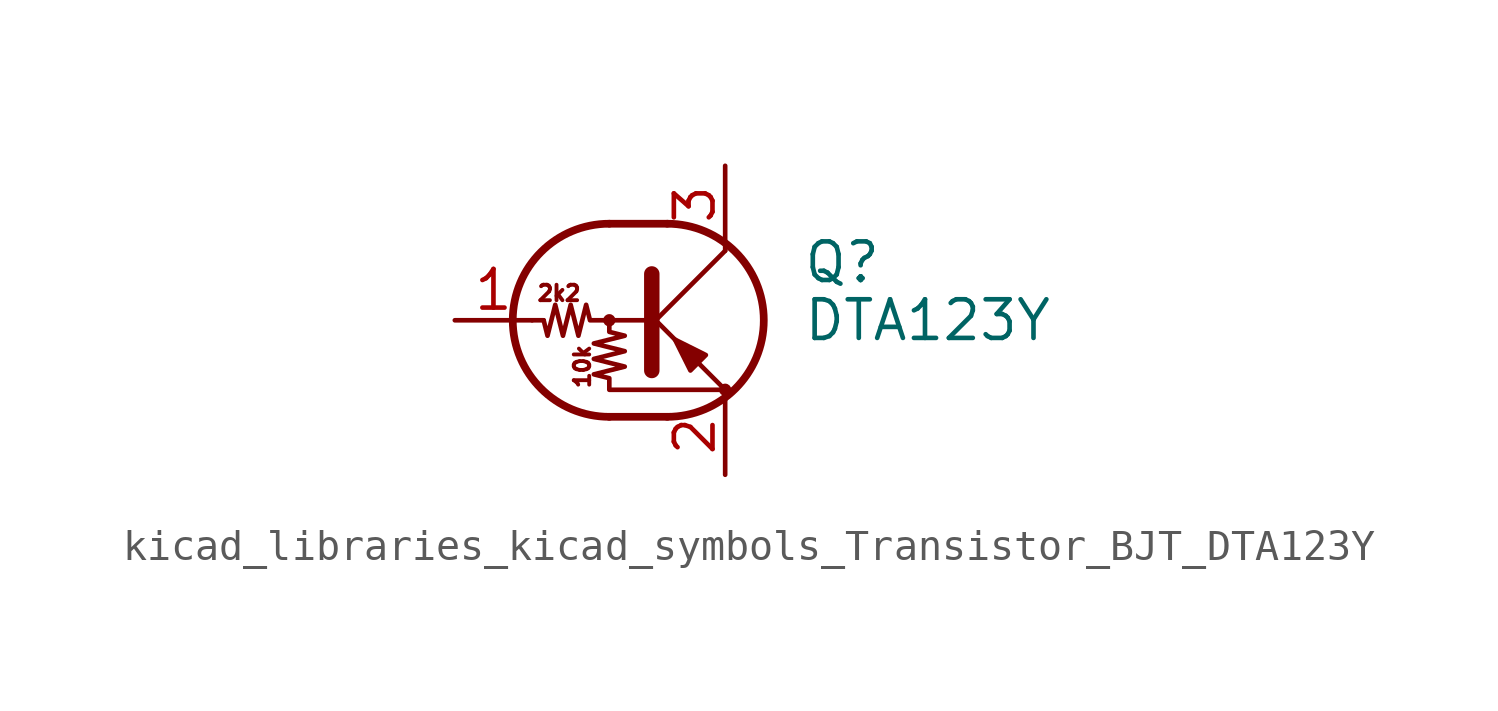
<source format=kicad_sym>
(kicad_symbol_lib
  (version 20220914)
  (generator kicad_symbol_editor)
  (symbol "kicad_libraries_kicad_symbols_Transistor_BJT_DTA123Y"
    (pin_names
      (offset 0) hide)
    (property "Reference" "Q"
      (at 5.08 1.905 0)
      (effects (font (size 1.27 1.27)) (justify left)))
    (property "Value" "DTA123Y"
      (at 5.08 0 0)
      (effects (font (size 1.27 1.27)) (justify left)))
    (symbol "kicad_libraries_kicad_symbols_Transistor_BJT_DTA123Y_0_0"
      (text "10k" (at -2.159 -1.524 900) (effects (font (size 0.508 0.508))))
      (text "2k2" (at -2.921 0.889 0) (effects (font (size 0.508 0.508)))))
    (symbol "kicad_libraries_kicad_symbols_Transistor_BJT_DTA123Y_0_1"
      (circle (center -1.27 0) (radius 0.127) (stroke (width 0) (type default)) (fill (type none)))
      (arc (start -1.27 3.175) (mid -4.4312 0) (end -1.27 -3.175) (stroke (width 0.254) (type default)) (fill (type none)))
      (polyline (pts (xy -3.429 0) (xy -3.81 0)) (stroke (width 0) (type default)) (fill (type none)))
      (polyline (pts (xy -1.27 -3.175) (xy 0.635 -3.175)) (stroke (width 0.254) (type default)) (fill (type none)))
      (polyline (pts (xy -1.27 3.175) (xy 0.635 3.175)) (stroke (width 0.254) (type default)) (fill (type none)))
      (polyline (pts (xy 0 -0.254) (xy 2.54 2.286)) (stroke (width 0) (type default)) (fill (type none)))
      (polyline (pts (xy 0.127 1.524) (xy 0.127 -1.651)) (stroke (width 0.508) (type default)) (fill (type outline)))
      (polyline (pts (xy 2.54 2.286) (xy 2.54 2.54)) (stroke (width 0) (type default)) (fill (type none)))
      (polyline (pts (xy 2.54 -2.286) (xy 0 0.254) (xy 0 0.254)) (stroke (width 0) (type default)) (fill (type none)))
      (polyline (pts (xy 1.397 -1.651) (xy 1.905 -1.143) (xy 0.889 -0.635) (xy 1.397 -1.651)) (stroke (width 0) (type default)) (fill (type outline)))
      (polyline (pts (xy 0 0) (xy -1.905 0) (xy -2.032 0.508) (xy -2.286 -0.508) (xy -2.54 0.508) (xy -2.794 -0.508) (xy -3.048 0.508) (xy -3.302 -0.508) (xy -3.429 0)) (stroke (width 0) (type default)) (fill (type none)))
      (polyline (pts (xy -1.27 0) (xy -1.27 -0.381) (xy -0.762 -0.508) (xy -1.778 -0.762) (xy -0.762 -1.016) (xy -1.778 -1.27) (xy -0.762 -1.524) (xy -1.778 -1.778) (xy -1.27 -1.905) (xy -1.27 -2.286) (xy 2.54 -2.286)) (stroke (width 0) (type default)) (fill (type none)))
      (arc (start 0.635 -3.175) (mid 3.7962 0) (end 0.635 3.175) (stroke (width 0.254) (type default)) (fill (type none)))
      (circle (center 2.54 -2.286) (radius 0.127) (stroke (width 0) (type default)) (fill (type none))))
    (symbol "kicad_libraries_kicad_symbols_Transistor_BJT_DTA123Y_1_1"
      (pin input line (at -6.35 0 0) (length 2.54) (name "B" (effects (font (size 1.27 1.27)))) (number "1" (effects (font (size 1.27 1.27)))))
      (pin passive line (at 2.54 -5.08 90) (length 2.54) (name "E" (effects (font (size 1.27 1.27)))) (number "2" (effects (font (size 1.27 1.27)))))
      (pin passive line (at 2.54 5.08 270) (length 2.54) (name "C" (effects (font (size 1.27 1.27)))) (number "3" (effects (font (size 1.27 1.27))))))))
</source>
